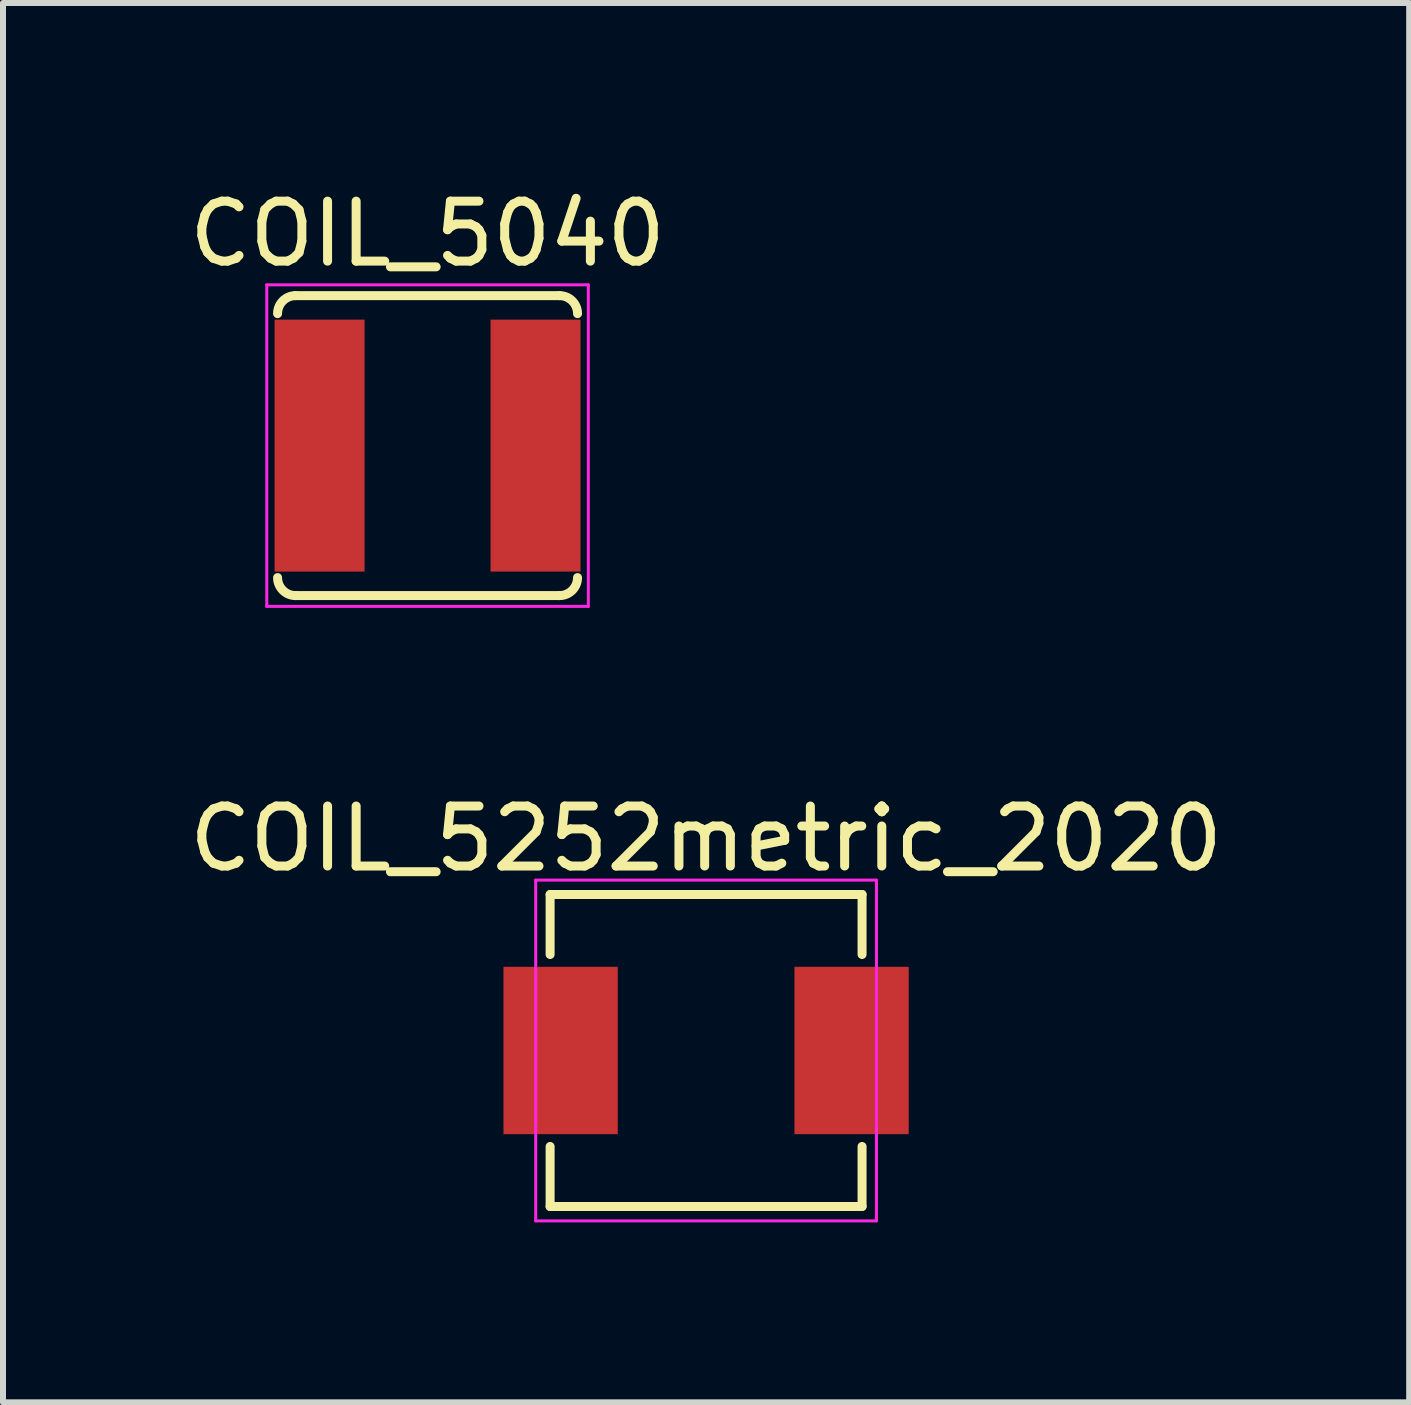
<source format=kicad_pcb>
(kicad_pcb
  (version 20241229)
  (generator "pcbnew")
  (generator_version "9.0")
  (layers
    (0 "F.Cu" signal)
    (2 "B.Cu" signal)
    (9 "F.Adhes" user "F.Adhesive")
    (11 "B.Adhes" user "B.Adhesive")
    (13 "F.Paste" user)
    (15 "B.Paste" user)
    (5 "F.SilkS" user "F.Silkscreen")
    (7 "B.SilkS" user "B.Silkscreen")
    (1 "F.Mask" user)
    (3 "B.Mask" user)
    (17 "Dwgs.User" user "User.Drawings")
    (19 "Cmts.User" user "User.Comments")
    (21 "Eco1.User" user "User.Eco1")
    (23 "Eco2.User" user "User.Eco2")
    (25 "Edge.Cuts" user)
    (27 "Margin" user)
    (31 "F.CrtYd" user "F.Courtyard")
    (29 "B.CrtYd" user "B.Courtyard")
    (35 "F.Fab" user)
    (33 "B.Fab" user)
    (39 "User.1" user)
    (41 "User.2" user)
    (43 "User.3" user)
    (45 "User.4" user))
  (footprint "COIL_5040"
    (layer "F.Cu")
    (at 4.077 4.378)
    (property "Reference" "COIL_5040" (at 0 -3.53 0) (layer "F.SilkS") (effects (font (size 1 1) (thickness 0.15))))
    (attr through_hole)
    (fp_line (start -2.2 -2.5) (end 2.2 -2.5) (stroke (width 0.15) (type solid)) (layer "F.SilkS"))
    (fp_line (start -2.2 2.5) (end 2.2 2.5) (stroke (width 0.15) (type solid)) (layer "F.SilkS"))
    (fp_arc (start -2.5 -2.2) (mid -2.412132 -2.412132) (end -2.2 -2.5) (stroke (width 0.15) (type solid)) (layer "F.SilkS"))
    (fp_arc (start -2.2 2.5) (mid -2.412132 2.412132) (end -2.5 2.2) (stroke (width 0.15) (type solid)) (layer "F.SilkS"))
    (fp_arc (start 2.2 -2.5) (mid 2.412132 -2.412132) (end 2.5 -2.2) (stroke (width 0.15) (type solid)) (layer "F.SilkS"))
    (fp_arc (start 2.5 2.2) (mid 2.412132 2.412132) (end 2.2 2.5) (stroke (width 0.15) (type solid)) (layer "F.SilkS"))
    (fp_line (start -2.68 -2.68) (end -2.68 2.68) (stroke (width 0.05) (type solid)) (layer "F.CrtYd"))
    (fp_line (start -2.68 -2.68) (end 2.68 -2.68) (stroke (width 0.05) (type solid)) (layer "F.CrtYd"))
    (fp_line (start -2.68 2.68) (end 2.68 2.68) (stroke (width 0.05) (type solid)) (layer "F.CrtYd"))
    (fp_line (start 2.68 2.68) (end 2.68 -2.68) (stroke (width 0.05) (type solid)) (layer "F.CrtYd"))
    (pad "1" smd rect (at -1.8 0) (size 1.5 4.2) (layers "F.Cu" "F.Mask" "F.Paste"))
    (pad "2" smd rect (at 1.8 0) (size 1.5 4.2) (layers "F.Cu" "F.Mask" "F.Paste")))
  (footprint "COIL_5252metric_2020"
    (layer "F.Cu")
    (at 8.72 14.461)
    (property "Reference" "COIL_5252metric_2020" (at 0 -3.53 0) (layer "F.SilkS") (effects (font (size 1 1) (thickness 0.15))))
    (attr through_hole)
    (fp_line (start -2.6 -2.6) (end -2.6 -1.6) (stroke (width 0.15) (type solid)) (layer "F.SilkS"))
    (fp_line (start -2.6 -2.6) (end 2.6 -2.6) (stroke (width 0.15) (type solid)) (layer "F.SilkS"))
    (fp_line (start -2.6 1.6) (end -2.6 2.6) (stroke (width 0.15) (type solid)) (layer "F.SilkS"))
    (fp_line (start -2.6 2.6) (end 2.6 2.6) (stroke (width 0.15) (type solid)) (layer "F.SilkS"))
    (fp_line (start 2.6 -2.6) (end 2.6 -1.6) (stroke (width 0.15) (type solid)) (layer "F.SilkS"))
    (fp_line (start 2.6 1.6) (end 2.6 2.6) (stroke (width 0.15) (type solid)) (layer "F.SilkS"))
    (fp_line (start -2.84 -2.84) (end -2.84 2.84) (stroke (width 0.05) (type solid)) (layer "F.CrtYd"))
    (fp_line (start -2.84 -2.84) (end 2.84 -2.84) (stroke (width 0.05) (type solid)) (layer "F.CrtYd"))
    (fp_line (start -2.84 2.84) (end 2.84 2.84) (stroke (width 0.05) (type solid)) (layer "F.CrtYd"))
    (fp_line (start 2.84 2.84) (end 2.84 -2.84) (stroke (width 0.05) (type solid)) (layer "F.CrtYd"))
    (pad "1" smd rect (at -2.425 0) (size 1.905 2.79) (layers "F.Cu" "F.Mask" "F.Paste"))
    (pad "2" smd rect (at 2.425 0) (size 1.905 2.79) (layers "F.Cu" "F.Mask" "F.Paste")))
  (gr_rect
    (start -3 -3)
    (end 20.44 20.326)
    (stroke (width 0.1) (type default))
    (fill no)
    (layer "Edge.Cuts")))
</source>
